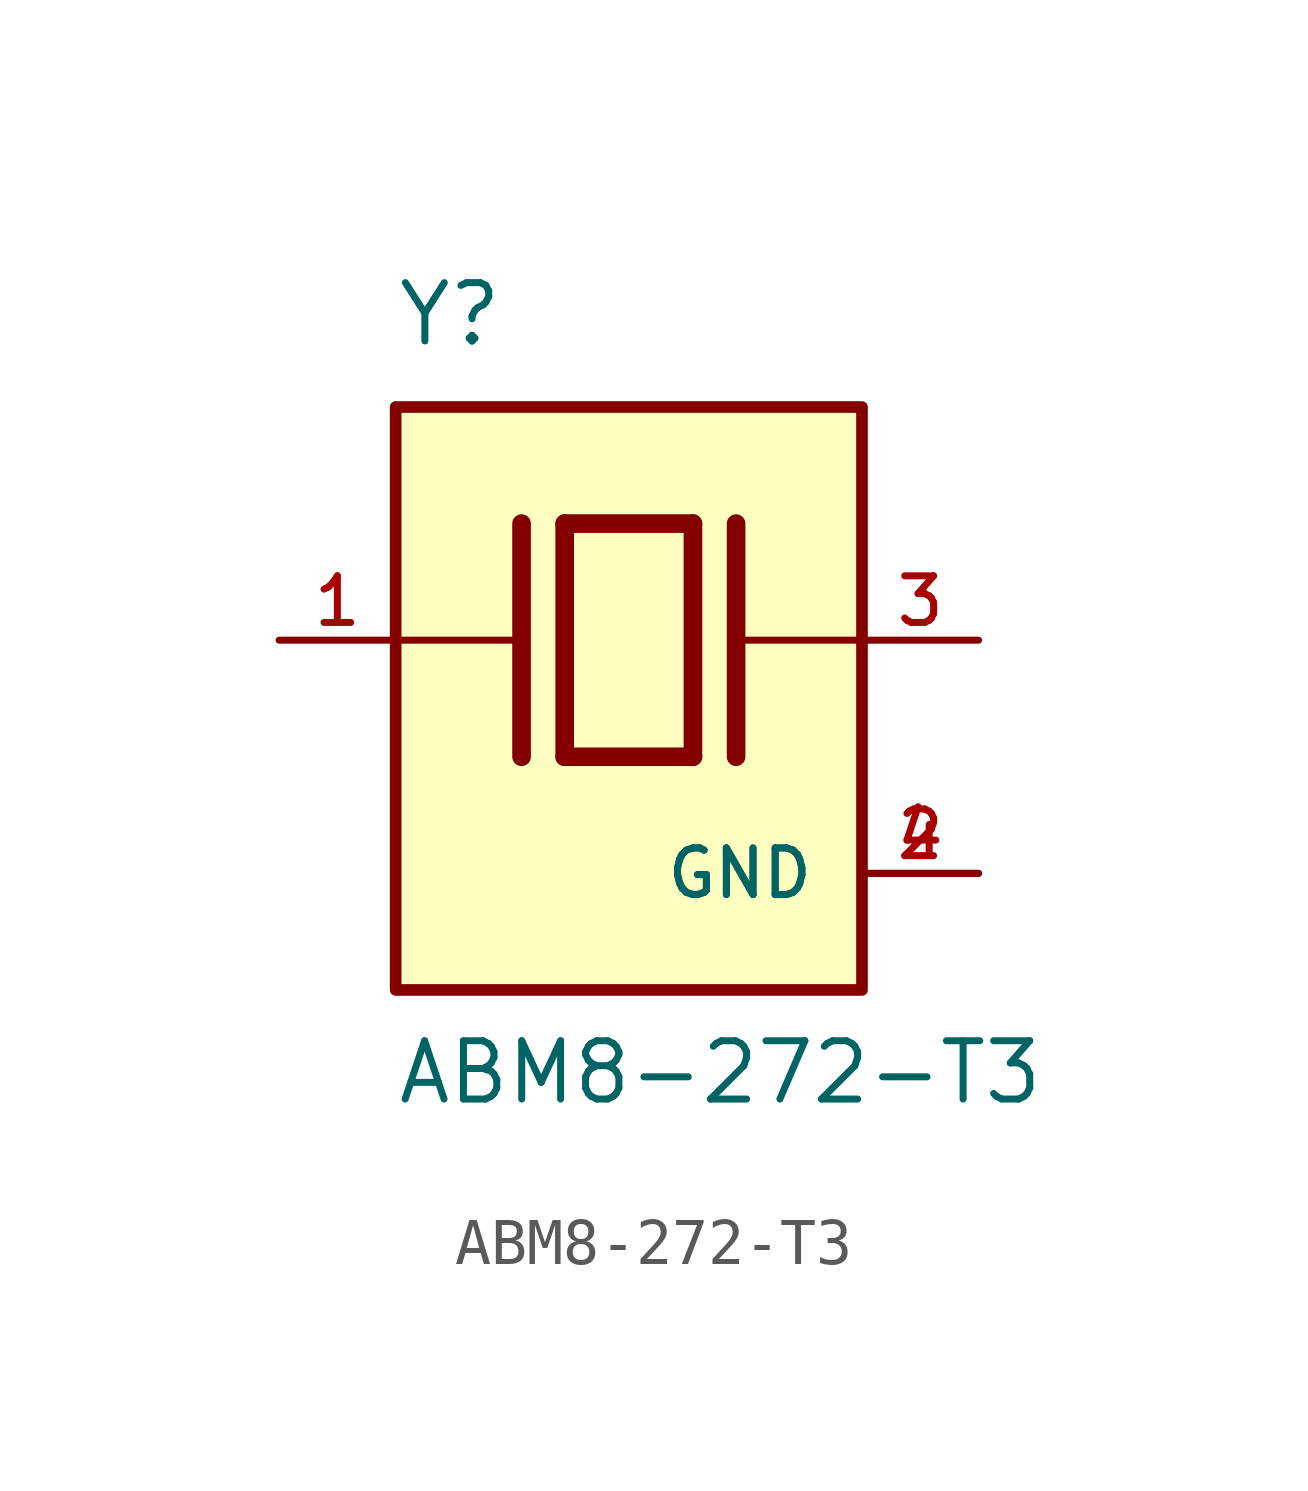
<source format=kicad_sym>
(kicad_symbol_lib
  (version 20211014)
  (generator kicad_symbol_editor)
  (symbol "ABM8-272-T3"
    (pin_names
      (offset 1.016))
    (property "Reference" "Y"
      (at -5.088 6.356 0)
      (effects (font (size 1.27 1.27)) (justify bottom left)))
    (property "Value" "ABM8-272-T3"
      (at -5.094 -10.16 0)
      (effects (font (size 1.27 1.27)) (justify bottom left)))
    (symbol "ABM8-272-T3_0_0"
      (polyline (pts (xy -1.397 2.54) (xy 1.397 2.54)) (stroke (width 0.406)))
      (polyline (pts (xy 1.397 2.54) (xy 1.397 -2.54)) (stroke (width 0.406)))
      (polyline (pts (xy 1.397 -2.54) (xy -1.397 -2.54)) (stroke (width 0.406)))
      (polyline (pts (xy -1.397 2.54) (xy -1.397 -2.54)) (stroke (width 0.406)))
      (polyline (pts (xy 2.337 2.54) (xy 2.337 -2.54)) (stroke (width 0.406)))
      (polyline (pts (xy -2.337 2.54) (xy -2.337 -2.54)) (stroke (width 0.406)))
      (polyline (pts (xy -5.08 0.0) (xy -2.54 0.0)) (stroke (width 0.152)))
      (polyline (pts (xy 2.54 0.0) (xy 5.08 0.0)) (stroke (width 0.152)))
      (rectangle (start -5.08 -7.62) (end 5.08 5.08) (stroke (width 0.254)) (fill (type background)))
      (pin passive line (at 7.62 0.0 180.0) (length 2.54) (name "~" (effects (font (size 1.016 1.016)))) (number "3" (effects (font (size 1.016 1.016)))))
      (pin passive line (at -7.62 0.0 0) (length 2.54) (name "~" (effects (font (size 1.016 1.016)))) (number "1" (effects (font (size 1.016 1.016)))))
      (pin power_in line (at 7.62 -5.08 180.0) (length 2.54) (name "GND" (effects (font (size 1.016 1.016)))) (number "2" (effects (font (size 1.016 1.016)))))
      (pin power_in line (at 7.62 -5.08 180.0) (length 2.54) (name "GND" (effects (font (size 1.016 1.016)))) (number "4" (effects (font (size 1.016 1.016))))))))
</source>
